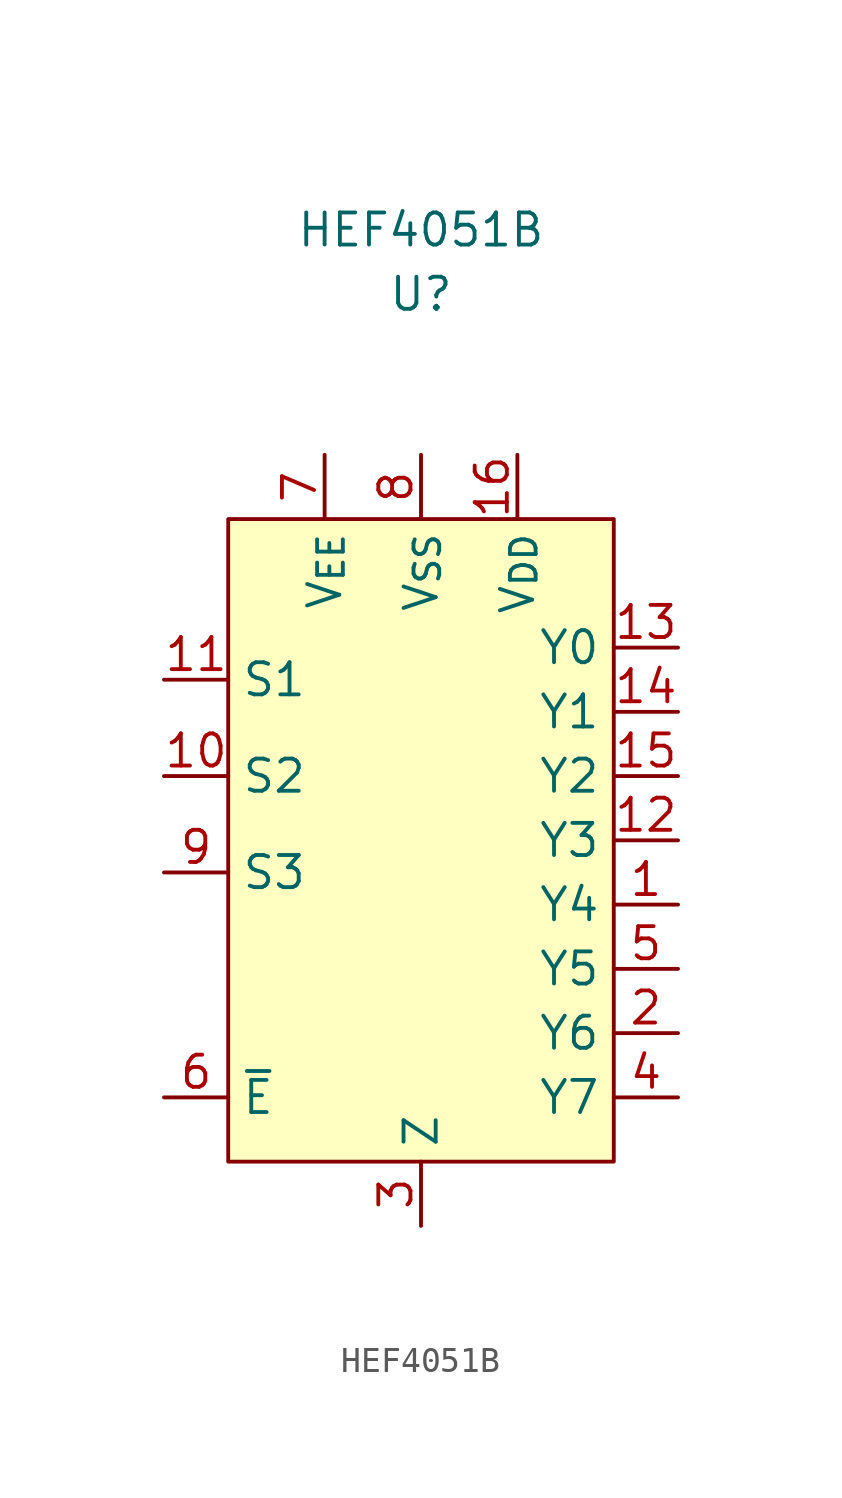
<source format=kicad_sym>
(kicad_symbol_lib
  (version 20211014)
  (generator kicad_symbol_editor)
  (symbol "HEF4051B"
    (property "Reference" "U"
      (at 0 25.4 0)
      (effects (font (size 1.27 1.27))))
    (property "Value" "HEF4051B"
      (at 0 27.94 0)
      (effects (font (size 1.27 1.27))))
    (symbol "HEF4051B_0_1"
      (rectangle (start -7.62 16.51) (end 7.62 -8.89) (stroke (width 0) (type default) (color 0 0 0 0)) (fill (type background))))
    (symbol "HEF4051B_1_1"
      (pin output line (at 10.16 1.27 180) (length 2.54) (name "Y4" (effects (font (size 1.27 1.27)))) (number "1" (effects (font (size 1.27 1.27)))))
      (pin input line (at -10.16 6.35 0) (length 2.54) (name "S2" (effects (font (size 1.27 1.27)))) (number "10" (effects (font (size 1.27 1.27)))))
      (pin input line (at -10.16 10.16 0) (length 2.54) (name "S1" (effects (font (size 1.27 1.27)))) (number "11" (effects (font (size 1.27 1.27)))))
      (pin output line (at 10.16 3.81 180) (length 2.54) (name "Y3" (effects (font (size 1.27 1.27)))) (number "12" (effects (font (size 1.27 1.27)))))
      (pin output line (at 10.16 11.43 180) (length 2.54) (name "Y0" (effects (font (size 1.27 1.27)))) (number "13" (effects (font (size 1.27 1.27)))))
      (pin output line (at 10.16 8.89 180) (length 2.54) (name "Y1" (effects (font (size 1.27 1.27)))) (number "14" (effects (font (size 1.27 1.27)))))
      (pin output line (at 10.16 6.35 180) (length 2.54) (name "Y2" (effects (font (size 1.27 1.27)))) (number "15" (effects (font (size 1.27 1.27)))))
      (pin input line (at 3.81 19.05 270) (length 2.54) (name "V_{DD}" (effects (font (size 1.27 1.27)))) (number "16" (effects (font (size 1.27 1.27)))))
      (pin output line (at 10.16 -3.81 180) (length 2.54) (name "Y6" (effects (font (size 1.27 1.27)))) (number "2" (effects (font (size 1.27 1.27)))))
      (pin input line (at 0 -11.43 90) (length 2.54) (name "Z" (effects (font (size 1.27 1.27)))) (number "3" (effects (font (size 1.27 1.27)))))
      (pin output line (at 10.16 -6.35 180) (length 2.54) (name "Y7" (effects (font (size 1.27 1.27)))) (number "4" (effects (font (size 1.27 1.27)))))
      (pin output line (at 10.16 -1.27 180) (length 2.54) (name "Y5" (effects (font (size 1.27 1.27)))) (number "5" (effects (font (size 1.27 1.27)))))
      (pin input line (at -10.16 -6.35 0) (length 2.54) (name "~{E}" (effects (font (size 1.27 1.27)))) (number "6" (effects (font (size 1.27 1.27)))))
      (pin input line (at -3.81 19.05 270) (length 2.54) (name "V_{EE}" (effects (font (size 1.27 1.27)))) (number "7" (effects (font (size 1.27 1.27)))))
      (pin input line (at 0 19.05 270) (length 2.54) (name "V_{SS}" (effects (font (size 1.27 1.27)))) (number "8" (effects (font (size 1.27 1.27)))))
      (pin input line (at -10.16 2.54 0) (length 2.54) (name "S3" (effects (font (size 1.27 1.27)))) (number "9" (effects (font (size 1.27 1.27))))))))
</source>
